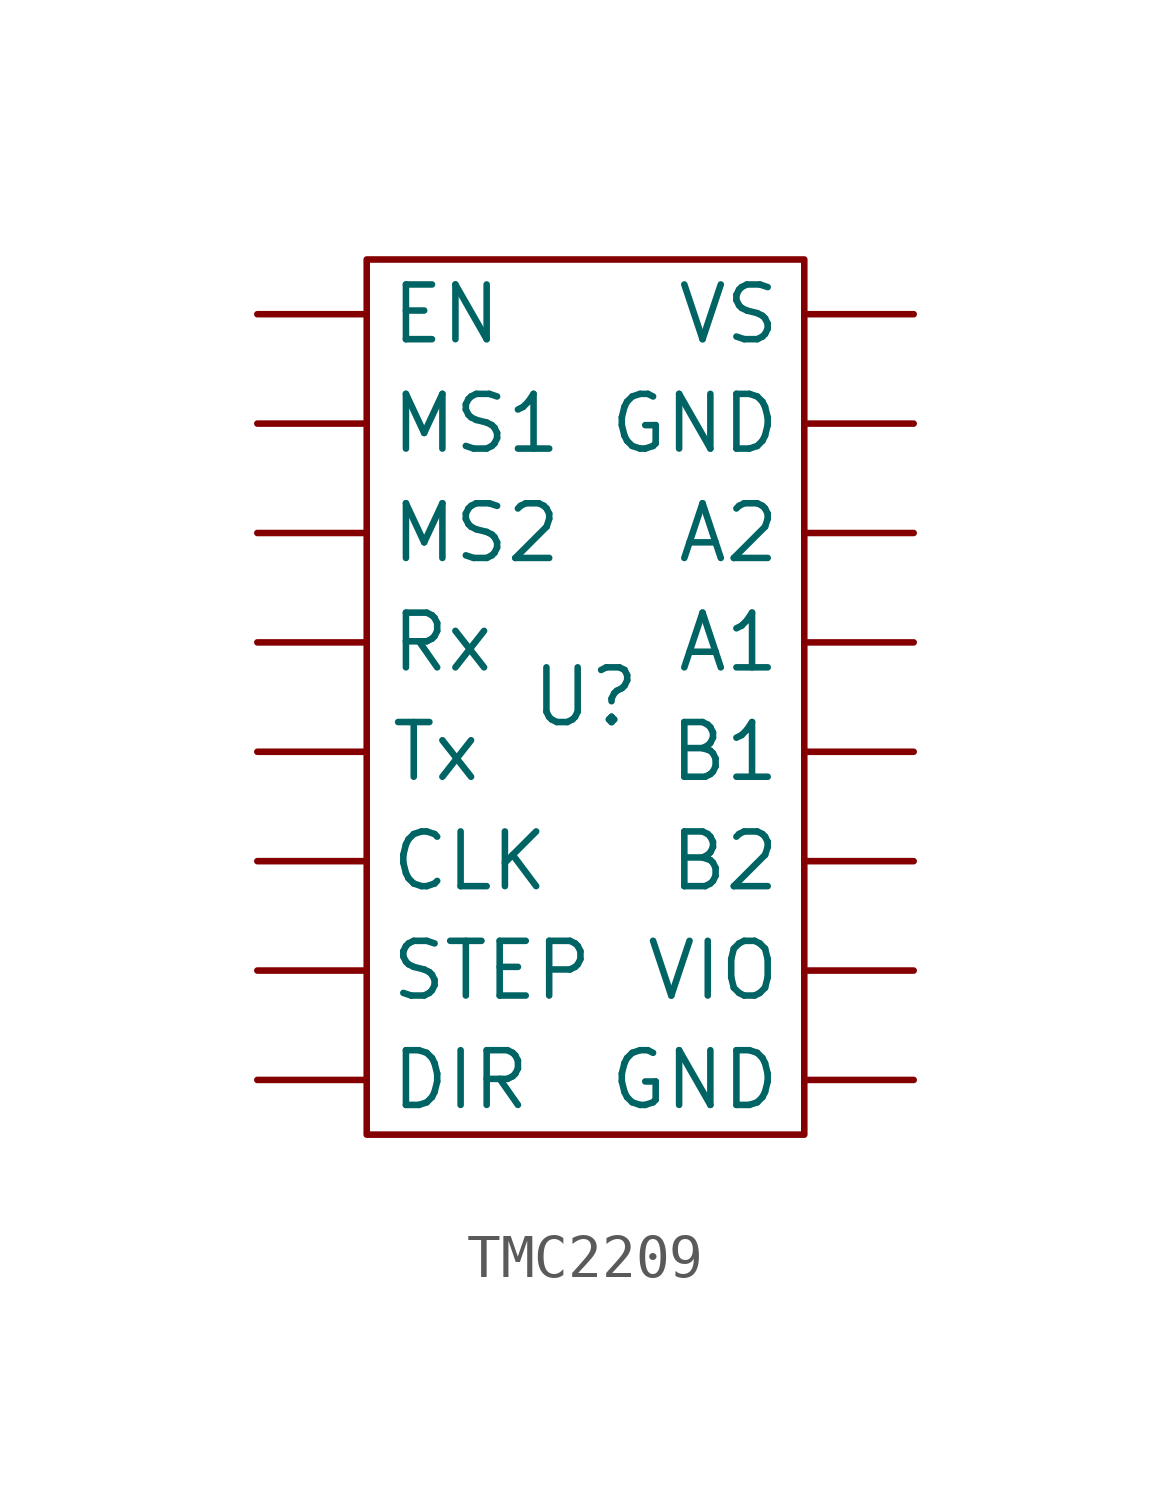
<source format=kicad_sym>
(kicad_symbol_lib
  (version 20231120)
  (generator "kicad_symbol_editor")
  (generator_version "8.0")
  (symbol "TMC2209"
    (property "Reference" "U"
      (at 0 0 0)
      (effects (font (size 1.27 1.27))))
    (property "Value" ""
      (at 0 0 0)
      (effects (font (size 1.27 1.27))))
    (symbol "TMC2209_0_1"
      (rectangle (start -5.08 10.16) (end 5.08 -10.16) (stroke (width 0) (type default)) (fill (type none))))
    (symbol "TMC2209_1_1"
      (pin output line (at 7.62 1.27 180) (length 2.54) (name "A1" (effects (font (size 1.27 1.27)))) (number "" (effects (font (size 1.27 1.27)))))
      (pin output line (at 7.62 3.81 180) (length 2.54) (name "A2" (effects (font (size 1.27 1.27)))) (number "" (effects (font (size 1.27 1.27)))))
      (pin output line (at 7.62 -1.27 180) (length 2.54) (name "B1" (effects (font (size 1.27 1.27)))) (number "" (effects (font (size 1.27 1.27)))))
      (pin output line (at 7.62 -3.81 180) (length 2.54) (name "B2" (effects (font (size 1.27 1.27)))) (number "" (effects (font (size 1.27 1.27)))))
      (pin input line (at -7.62 -3.81 0) (length 2.54) (name "CLK" (effects (font (size 1.27 1.27)))) (number "" (effects (font (size 1.27 1.27)))))
      (pin input line (at -7.62 -8.89 0) (length 2.54) (name "DIR" (effects (font (size 1.27 1.27)))) (number "" (effects (font (size 1.27 1.27)))))
      (pin input line (at -7.62 8.89 0) (length 2.54) (name "EN" (effects (font (size 1.27 1.27)))) (number "" (effects (font (size 1.27 1.27)))))
      (pin power_in line (at 7.62 -8.89 180) (length 2.54) (name "GND" (effects (font (size 1.27 1.27)))) (number "" (effects (font (size 1.27 1.27)))))
      (pin power_in line (at 7.62 6.35 180) (length 2.54) (name "GND" (effects (font (size 1.27 1.27)))) (number "" (effects (font (size 1.27 1.27)))))
      (pin input line (at -7.62 6.35 0) (length 2.54) (name "MS1" (effects (font (size 1.27 1.27)))) (number "" (effects (font (size 1.27 1.27)))))
      (pin input line (at -7.62 3.81 0) (length 2.54) (name "MS2" (effects (font (size 1.27 1.27)))) (number "" (effects (font (size 1.27 1.27)))))
      (pin bidirectional line (at -7.62 1.27 0) (length 2.54) (name "Rx" (effects (font (size 1.27 1.27)))) (number "" (effects (font (size 1.27 1.27)))))
      (pin input line (at -7.62 -6.35 0) (length 2.54) (name "STEP" (effects (font (size 1.27 1.27)))) (number "" (effects (font (size 1.27 1.27)))))
      (pin bidirectional line (at -7.62 -1.27 0) (length 2.54) (name "Tx" (effects (font (size 1.27 1.27)))) (number "" (effects (font (size 1.27 1.27)))))
      (pin power_in line (at 7.62 -6.35 180) (length 2.54) (name "VIO" (effects (font (size 1.27 1.27)))) (number "" (effects (font (size 1.27 1.27)))))
      (pin power_in line (at 7.62 8.89 180) (length 2.54) (name "VS" (effects (font (size 1.27 1.27)))) (number "" (effects (font (size 1.27 1.27))))))))
</source>
